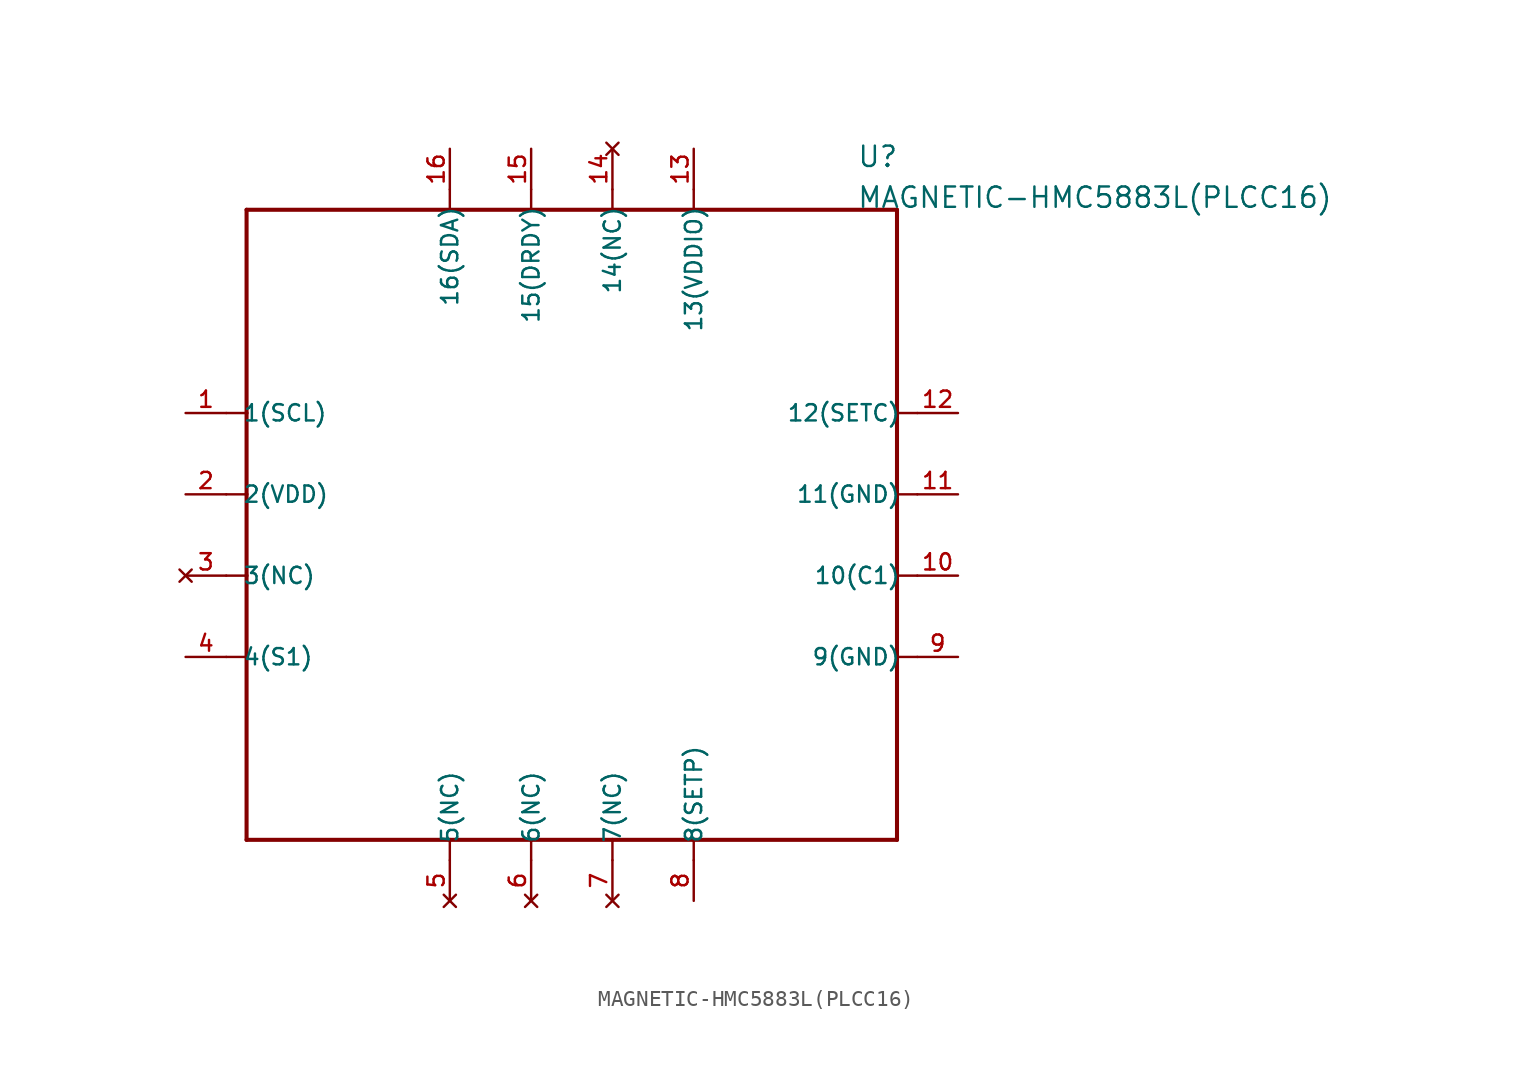
<source format=kicad_sym>
(kicad_symbol_lib
  (version 20211014)
  (generator kicad_symbol_editor)
  (symbol "MAGNETIC-HMC5883L(PLCC16)"
    (pin_names
      (offset 1.016))
    (property "Reference" "U"
      (at 17.807 22.895 0)
      (effects (font (size 1.27 1.27)) (justify bottom left)))
    (property "Value" "MAGNETIC-HMC5883L(PLCC16)"
      (at 17.799 20.342 0)
      (effects (font (size 1.27 1.27)) (justify bottom left)))
    (symbol "MAGNETIC-HMC5883L(PLCC16)_0_0"
      (polyline (pts (xy 20.32 -19.05) (xy 20.32 -7.62)) (stroke (width 0.254)))
      (polyline (pts (xy 20.32 -7.62) (xy 20.32 -2.54)) (stroke (width 0.254)))
      (polyline (pts (xy 20.32 -2.54) (xy 20.32 2.54)) (stroke (width 0.254)))
      (polyline (pts (xy 20.32 2.54) (xy 20.32 7.62)) (stroke (width 0.254)))
      (polyline (pts (xy 20.32 7.62) (xy 20.32 20.32)) (stroke (width 0.254)))
      (polyline (pts (xy 20.32 20.32) (xy 7.62 20.32)) (stroke (width 0.254)))
      (polyline (pts (xy 7.62 20.32) (xy 2.54 20.32)) (stroke (width 0.254)))
      (polyline (pts (xy 2.54 20.32) (xy -2.54 20.32)) (stroke (width 0.254)))
      (polyline (pts (xy -2.54 20.32) (xy -7.62 20.32)) (stroke (width 0.254)))
      (polyline (pts (xy -7.62 20.32) (xy -20.32 20.32)) (stroke (width 0.254)))
      (polyline (pts (xy -20.32 20.32) (xy -20.32 7.62)) (stroke (width 0.254)))
      (polyline (pts (xy -20.32 7.62) (xy -20.32 2.54)) (stroke (width 0.254)))
      (polyline (pts (xy -20.32 2.54) (xy -20.32 -2.54)) (stroke (width 0.254)))
      (polyline (pts (xy -20.32 -2.54) (xy -20.32 -7.62)) (stroke (width 0.254)))
      (polyline (pts (xy -20.32 -7.62) (xy -20.32 -19.05)) (stroke (width 0.254)))
      (polyline (pts (xy -20.32 -19.05) (xy -7.62 -19.05)) (stroke (width 0.254)))
      (polyline (pts (xy -7.62 -19.05) (xy -2.54 -19.05)) (stroke (width 0.254)))
      (polyline (pts (xy -2.54 -19.05) (xy 2.54 -19.05)) (stroke (width 0.254)))
      (polyline (pts (xy 2.54 -19.05) (xy 7.62 -19.05)) (stroke (width 0.254)))
      (polyline (pts (xy 7.62 -19.05) (xy 20.32 -19.05)) (stroke (width 0.254)))
      (polyline (pts (xy -21.59 7.62) (xy -20.32 7.62)) (stroke (width 0.152)))
      (polyline (pts (xy -21.59 2.54) (xy -20.32 2.54)) (stroke (width 0.152)))
      (polyline (pts (xy -21.59 -2.54) (xy -20.32 -2.54)) (stroke (width 0.152)))
      (polyline (pts (xy -21.59 -7.62) (xy -20.32 -7.62)) (stroke (width 0.152)))
      (polyline (pts (xy 20.32 7.62) (xy 21.59 7.62)) (stroke (width 0.152)))
      (polyline (pts (xy 20.32 2.54) (xy 21.59 2.54)) (stroke (width 0.152)))
      (polyline (pts (xy 20.32 -2.54) (xy 21.59 -2.54)) (stroke (width 0.152)))
      (polyline (pts (xy 20.32 -7.62) (xy 21.59 -7.62)) (stroke (width 0.152)))
      (polyline (pts (xy -7.62 20.32) (xy -7.62 21.59)) (stroke (width 0.152)))
      (polyline (pts (xy -2.54 20.32) (xy -2.54 21.59)) (stroke (width 0.152)))
      (polyline (pts (xy 2.54 20.32) (xy 2.54 21.59)) (stroke (width 0.152)))
      (polyline (pts (xy 7.62 20.32) (xy 7.62 21.59)) (stroke (width 0.152)))
      (polyline (pts (xy 7.62 -20.32) (xy 7.62 -19.05)) (stroke (width 0.152)))
      (polyline (pts (xy 2.54 -20.32) (xy 2.54 -19.05)) (stroke (width 0.152)))
      (polyline (pts (xy -2.54 -20.32) (xy -2.54 -19.05)) (stroke (width 0.152)))
      (polyline (pts (xy -7.62 -20.32) (xy -7.62 -19.05)) (stroke (width 0.152)))
      (pin bidirectional line (at -24.13 7.62 0) (length 2.54) (name "1(SCL)" (effects (font (size 1.016 1.016)))) (number "1" (effects (font (size 1.016 1.016)))))
      (pin power_in line (at -24.13 2.54 0) (length 2.54) (name "2(VDD)" (effects (font (size 1.016 1.016)))) (number "2" (effects (font (size 1.016 1.016)))))
      (pin no_connect line (at -24.13 -2.54 0) (length 2.54) (name "3(NC)" (effects (font (size 1.016 1.016)))) (number "3" (effects (font (size 1.016 1.016)))))
      (pin bidirectional line (at -24.13 -7.62 0) (length 2.54) (name "4(S1)" (effects (font (size 1.016 1.016)))) (number "4" (effects (font (size 1.016 1.016)))))
      (pin no_connect line (at -7.62 -22.86 90.0) (length 2.54) (name "5(NC)" (effects (font (size 1.016 1.016)))) (number "5" (effects (font (size 1.016 1.016)))))
      (pin no_connect line (at -2.54 -22.86 90.0) (length 2.54) (name "6(NC)" (effects (font (size 1.016 1.016)))) (number "6" (effects (font (size 1.016 1.016)))))
      (pin no_connect line (at 2.54 -22.86 90.0) (length 2.54) (name "7(NC)" (effects (font (size 1.016 1.016)))) (number "7" (effects (font (size 1.016 1.016)))))
      (pin bidirectional line (at 7.62 -22.86 90.0) (length 2.54) (name "8(SETP)" (effects (font (size 1.016 1.016)))) (number "8" (effects (font (size 1.016 1.016)))))
      (pin power_in line (at 24.13 -7.62 180.0) (length 2.54) (name "9(GND)" (effects (font (size 1.016 1.016)))) (number "9" (effects (font (size 1.016 1.016)))))
      (pin bidirectional line (at 24.13 -2.54 180.0) (length 2.54) (name "10(C1)" (effects (font (size 1.016 1.016)))) (number "10" (effects (font (size 1.016 1.016)))))
      (pin power_in line (at 24.13 2.54 180.0) (length 2.54) (name "11(GND)" (effects (font (size 1.016 1.016)))) (number "11" (effects (font (size 1.016 1.016)))))
      (pin bidirectional line (at 24.13 7.62 180.0) (length 2.54) (name "12(SETC)" (effects (font (size 1.016 1.016)))) (number "12" (effects (font (size 1.016 1.016)))))
      (pin power_in line (at 7.62 24.13 270.0) (length 2.54) (name "13(VDDIO)" (effects (font (size 1.016 1.016)))) (number "13" (effects (font (size 1.016 1.016)))))
      (pin no_connect line (at 2.54 24.13 270.0) (length 2.54) (name "14(NC)" (effects (font (size 1.016 1.016)))) (number "14" (effects (font (size 1.016 1.016)))))
      (pin bidirectional line (at -2.54 24.13 270.0) (length 2.54) (name "15(DRDY)" (effects (font (size 1.016 1.016)))) (number "15" (effects (font (size 1.016 1.016)))))
      (pin bidirectional line (at -7.62 24.13 270.0) (length 2.54) (name "16(SDA)" (effects (font (size 1.016 1.016)))) (number "16" (effects (font (size 1.016 1.016))))))))
</source>
